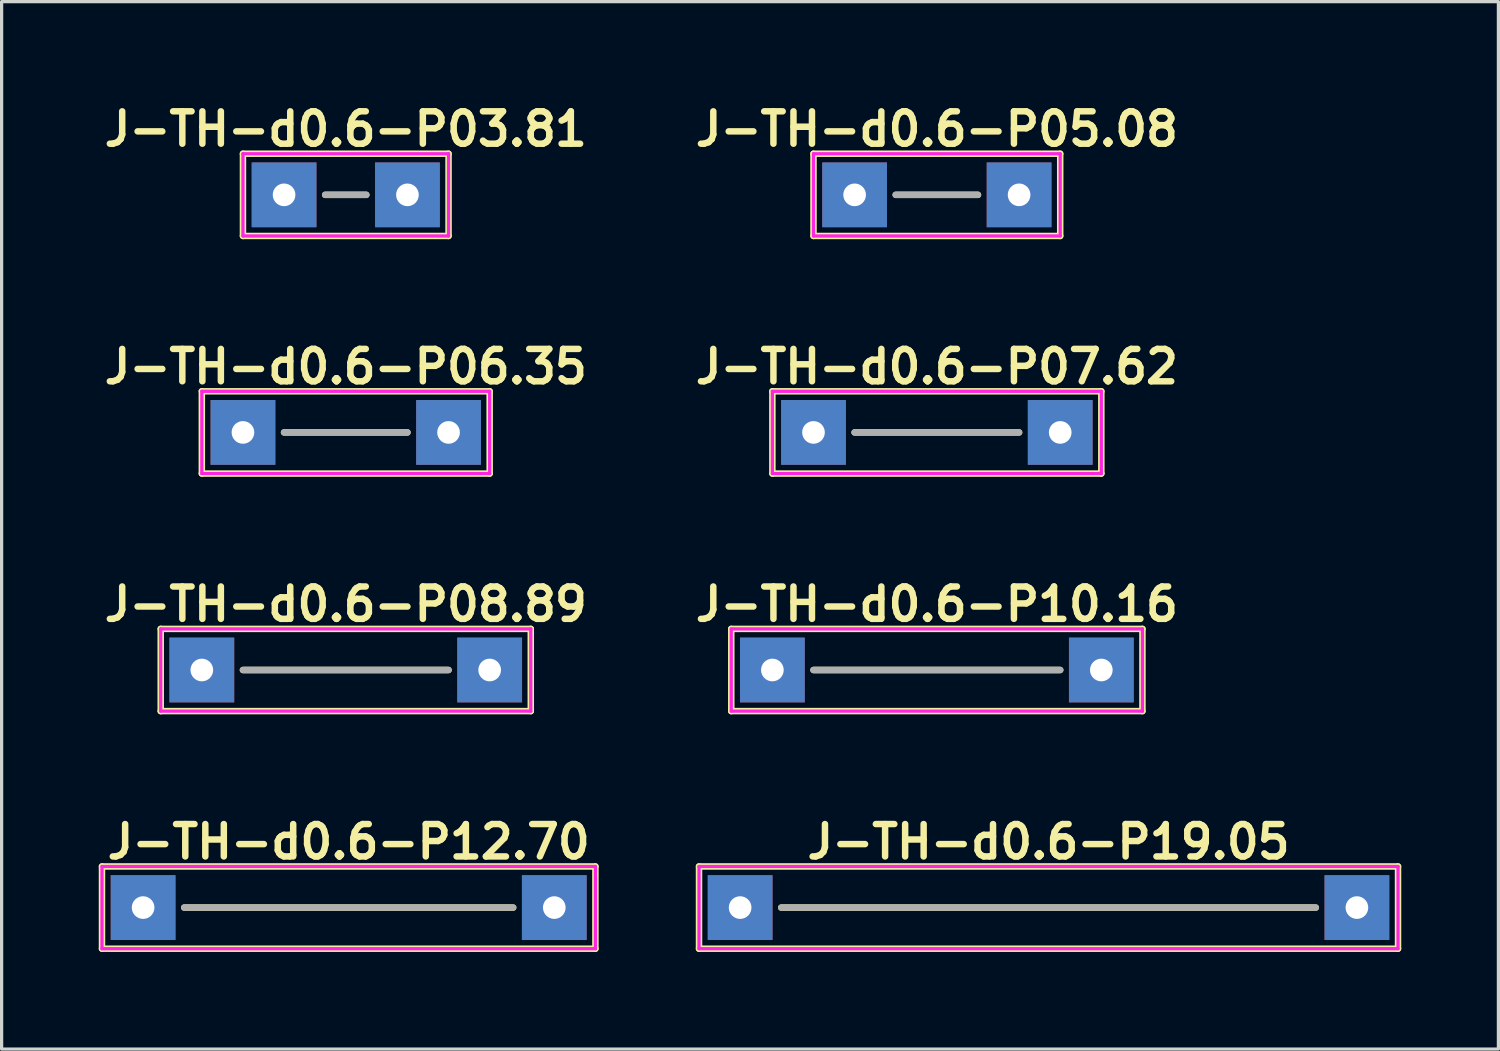
<source format=kicad_pcb>
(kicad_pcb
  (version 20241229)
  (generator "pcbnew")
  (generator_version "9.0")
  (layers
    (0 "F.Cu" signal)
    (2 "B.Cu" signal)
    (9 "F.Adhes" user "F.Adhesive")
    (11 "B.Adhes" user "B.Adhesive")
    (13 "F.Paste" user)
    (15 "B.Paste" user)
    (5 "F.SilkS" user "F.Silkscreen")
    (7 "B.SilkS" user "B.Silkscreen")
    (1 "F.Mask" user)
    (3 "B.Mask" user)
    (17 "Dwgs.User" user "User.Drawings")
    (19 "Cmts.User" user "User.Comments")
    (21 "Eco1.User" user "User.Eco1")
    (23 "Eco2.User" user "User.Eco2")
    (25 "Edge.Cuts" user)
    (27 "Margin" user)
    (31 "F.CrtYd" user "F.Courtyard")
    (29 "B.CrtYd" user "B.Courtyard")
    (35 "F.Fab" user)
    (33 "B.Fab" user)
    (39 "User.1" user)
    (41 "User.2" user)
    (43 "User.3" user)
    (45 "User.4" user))
  (footprint "J-TH-d0.6-P19.05"
    (layer "F.Cu")
    (at 29.335 24.982)
    (property "Reference" "J-TH-d0.6-P19.05" (at 0 -2.032 0) (layer "F.SilkS") (effects (font (size 1 1) (thickness 0.2))))
    (attr through_hole)
    (fp_line (start -10.795 -1.27) (end -10.795 1.27) (stroke (width 0.2) (type solid)) (layer "F.SilkS"))
    (fp_line (start -10.795 -1.27) (end 10.795 -1.27) (stroke (width 0.2) (type solid)) (layer "F.SilkS"))
    (fp_line (start -10.795 1.27) (end 10.795 1.27) (stroke (width 0.2) (type solid)) (layer "F.SilkS"))
    (fp_line (start -8.255 0) (end 8.255 0) (stroke (width 0.2) (type solid)) (layer "F.SilkS"))
    (fp_line (start 10.795 -1.27) (end 10.795 1.27) (stroke (width 0.2) (type solid)) (layer "F.SilkS"))
    (fp_line (start -10.795 -1.27) (end 10.795 -1.27) (stroke (width 0.1) (type solid)) (layer "F.CrtYd"))
    (fp_line (start -10.795 1.27) (end -10.795 -1.27) (stroke (width 0.1) (type solid)) (layer "F.CrtYd"))
    (fp_line (start 10.795 -1.27) (end 10.795 1.27) (stroke (width 0.1) (type solid)) (layer "F.CrtYd"))
    (fp_line (start 10.795 1.27) (end -10.795 1.27) (stroke (width 0.1) (type solid)) (layer "F.CrtYd"))
    (fp_line (start -8.255 0) (end 8.255 0) (stroke (width 0.2) (type solid)) (layer "F.Fab"))
    (pad "J" thru_hole rect (at -9.525 0) (size 2 2) (drill 0.7) (layers "*.Cu" "*.Mask"))
    (pad "J" thru_hole rect (at 9.525 0) (size 2 2) (drill 0.7) (layers "*.Cu" "*.Mask")))
  (footprint "J-TH-d0.6-P07.62"
    (layer "F.Cu")
    (at 25.886 10.306)
    (property "Reference" "J-TH-d0.6-P07.62" (at 0 -2.032 0) (layer "F.SilkS") (effects (font (size 1 1) (thickness 0.2))))
    (attr through_hole)
    (fp_line (start -5.08 -1.27) (end -5.08 1.27) (stroke (width 0.2) (type solid)) (layer "F.SilkS"))
    (fp_line (start -5.08 -1.27) (end 5.08 -1.27) (stroke (width 0.2) (type solid)) (layer "F.SilkS"))
    (fp_line (start -5.08 1.27) (end 5.08 1.27) (stroke (width 0.2) (type solid)) (layer "F.SilkS"))
    (fp_line (start -2.54 0) (end 2.54 0) (stroke (width 0.2) (type solid)) (layer "F.SilkS"))
    (fp_line (start 5.08 -1.27) (end 5.08 1.27) (stroke (width 0.2) (type solid)) (layer "F.SilkS"))
    (fp_line (start -5.08 -1.27) (end 5.08 -1.27) (stroke (width 0.1) (type solid)) (layer "F.CrtYd"))
    (fp_line (start -5.08 1.27) (end -5.08 -1.27) (stroke (width 0.1) (type solid)) (layer "F.CrtYd"))
    (fp_line (start 5.08 -1.27) (end 5.08 1.27) (stroke (width 0.1) (type solid)) (layer "F.CrtYd"))
    (fp_line (start 5.08 1.27) (end -5.08 1.27) (stroke (width 0.1) (type solid)) (layer "F.CrtYd"))
    (fp_line (start -2.54 0) (end 2.54 0) (stroke (width 0.2) (type solid)) (layer "F.Fab"))
    (pad "J" thru_hole rect (at -3.81 0) (size 2 2) (drill 0.7) (layers "*.Cu" "*.Mask"))
    (pad "J" thru_hole rect (at 3.81 0) (size 2 2) (drill 0.7) (layers "*.Cu" "*.Mask")))
  (footprint "J-TH-d0.6-P08.89"
    (layer "F.Cu")
    (at 7.629 17.644)
    (property "Reference" "J-TH-d0.6-P08.89" (at 0 -2.032 0) (layer "F.SilkS") (effects (font (size 1 1) (thickness 0.2))))
    (attr through_hole)
    (fp_line (start -5.715 -1.27) (end -5.715 1.27) (stroke (width 0.2) (type solid)) (layer "F.SilkS"))
    (fp_line (start -5.715 -1.27) (end 5.715 -1.27) (stroke (width 0.2) (type solid)) (layer "F.SilkS"))
    (fp_line (start -5.715 1.27) (end 5.715 1.27) (stroke (width 0.2) (type solid)) (layer "F.SilkS"))
    (fp_line (start -3.175 0) (end 3.175 0) (stroke (width 0.2) (type solid)) (layer "F.SilkS"))
    (fp_line (start 5.715 -1.27) (end 5.715 1.27) (stroke (width 0.2) (type solid)) (layer "F.SilkS"))
    (fp_line (start -5.715 -1.27) (end 5.715 -1.27) (stroke (width 0.1) (type solid)) (layer "F.CrtYd"))
    (fp_line (start -5.715 1.27) (end -5.715 -1.27) (stroke (width 0.1) (type solid)) (layer "F.CrtYd"))
    (fp_line (start 5.715 -1.27) (end 5.715 1.27) (stroke (width 0.1) (type solid)) (layer "F.CrtYd"))
    (fp_line (start 5.715 1.27) (end -5.715 1.27) (stroke (width 0.1) (type solid)) (layer "F.CrtYd"))
    (fp_line (start -3.175 0) (end 3.175 0) (stroke (width 0.2) (type solid)) (layer "F.Fab"))
    (pad "J" thru_hole rect (at -4.445 0) (size 2 2) (drill 0.7) (layers "*.Cu" "*.Mask"))
    (pad "J" thru_hole rect (at 4.445 0) (size 2 2) (drill 0.7) (layers "*.Cu" "*.Mask")))
  (footprint "J-TH-d0.6-P10.16"
    (layer "F.Cu")
    (at 25.886 17.644)
    (property "Reference" "J-TH-d0.6-P10.16" (at 0 -2.032 0) (layer "F.SilkS") (effects (font (size 1 1) (thickness 0.2))))
    (attr through_hole)
    (fp_line (start -6.35 -1.27) (end -6.35 1.27) (stroke (width 0.2) (type solid)) (layer "F.SilkS"))
    (fp_line (start -6.35 -1.27) (end 6.35 -1.27) (stroke (width 0.2) (type solid)) (layer "F.SilkS"))
    (fp_line (start -6.35 1.27) (end 6.35 1.27) (stroke (width 0.2) (type solid)) (layer "F.SilkS"))
    (fp_line (start -3.81 0) (end 3.81 0) (stroke (width 0.2) (type solid)) (layer "F.SilkS"))
    (fp_line (start 6.35 -1.27) (end 6.35 1.27) (stroke (width 0.2) (type solid)) (layer "F.SilkS"))
    (fp_line (start -6.35 -1.27) (end 6.35 -1.27) (stroke (width 0.1) (type solid)) (layer "F.CrtYd"))
    (fp_line (start -6.35 1.27) (end -6.35 -1.27) (stroke (width 0.1) (type solid)) (layer "F.CrtYd"))
    (fp_line (start 6.35 -1.27) (end 6.35 1.27) (stroke (width 0.1) (type solid)) (layer "F.CrtYd"))
    (fp_line (start 6.35 1.27) (end -6.35 1.27) (stroke (width 0.1) (type solid)) (layer "F.CrtYd"))
    (fp_line (start -3.81 0) (end 3.81 0) (stroke (width 0.2) (type solid)) (layer "F.Fab"))
    (pad "J" thru_hole rect (at -5.08 0) (size 2 2) (drill 0.7) (layers "*.Cu" "*.Mask"))
    (pad "J" thru_hole rect (at 5.08 0) (size 2 2) (drill 0.7) (layers "*.Cu" "*.Mask")))
  (footprint "J-TH-d0.6-P05.08"
    (layer "F.Cu")
    (at 25.886 2.968)
    (property "Reference" "J-TH-d0.6-P05.08" (at 0 -2.032 0) (layer "F.SilkS") (effects (font (size 1 1) (thickness 0.2))))
    (attr through_hole)
    (fp_line (start -3.81 -1.27) (end -3.81 1.27) (stroke (width 0.2) (type solid)) (layer "F.SilkS"))
    (fp_line (start -3.81 -1.27) (end 3.81 -1.27) (stroke (width 0.2) (type solid)) (layer "F.SilkS"))
    (fp_line (start -3.81 1.27) (end 3.81 1.27) (stroke (width 0.2) (type solid)) (layer "F.SilkS"))
    (fp_line (start -1.27 0) (end 1.27 0) (stroke (width 0.2) (type solid)) (layer "F.SilkS"))
    (fp_line (start 3.81 -1.27) (end 3.81 1.27) (stroke (width 0.2) (type solid)) (layer "F.SilkS"))
    (fp_line (start -3.81 -1.27) (end 3.81 -1.27) (stroke (width 0.1) (type solid)) (layer "F.CrtYd"))
    (fp_line (start -3.81 1.27) (end -3.81 -1.27) (stroke (width 0.1) (type solid)) (layer "F.CrtYd"))
    (fp_line (start 3.81 -1.27) (end 3.81 1.27) (stroke (width 0.1) (type solid)) (layer "F.CrtYd"))
    (fp_line (start 3.81 1.27) (end -3.81 1.27) (stroke (width 0.1) (type solid)) (layer "F.CrtYd"))
    (fp_line (start -1.27 0) (end 1.27 0) (stroke (width 0.2) (type solid)) (layer "F.Fab"))
    (pad "J" thru_hole rect (at -2.54 0) (size 2 2) (drill 0.7) (layers "*.Cu" "*.Mask"))
    (pad "J" thru_hole rect (at 2.54 0) (size 2 2) (drill 0.7) (layers "*.Cu" "*.Mask")))
  (footprint "J-TH-d0.6-P06.35"
    (layer "F.Cu")
    (at 7.629 10.306)
    (property "Reference" "J-TH-d0.6-P06.35" (at 0 -2.032 0) (layer "F.SilkS") (effects (font (size 1 1) (thickness 0.2))))
    (attr through_hole)
    (fp_line (start -4.445 -1.27) (end -4.445 1.27) (stroke (width 0.2) (type solid)) (layer "F.SilkS"))
    (fp_line (start -4.445 -1.27) (end 4.445 -1.27) (stroke (width 0.2) (type solid)) (layer "F.SilkS"))
    (fp_line (start -4.445 1.27) (end 4.445 1.27) (stroke (width 0.2) (type solid)) (layer "F.SilkS"))
    (fp_line (start -1.905 0) (end 1.905 0) (stroke (width 0.2) (type solid)) (layer "F.SilkS"))
    (fp_line (start 4.445 -1.27) (end 4.445 1.27) (stroke (width 0.2) (type solid)) (layer "F.SilkS"))
    (fp_line (start -4.445 -1.27) (end 4.445 -1.27) (stroke (width 0.1) (type solid)) (layer "F.CrtYd"))
    (fp_line (start -4.445 1.27) (end -4.445 -1.27) (stroke (width 0.1) (type solid)) (layer "F.CrtYd"))
    (fp_line (start 4.445 -1.27) (end 4.445 1.27) (stroke (width 0.1) (type solid)) (layer "F.CrtYd"))
    (fp_line (start 4.445 1.27) (end -4.445 1.27) (stroke (width 0.1) (type solid)) (layer "F.CrtYd"))
    (fp_line (start -1.905 0) (end 1.905 0) (stroke (width 0.2) (type solid)) (layer "F.Fab"))
    (pad "J" thru_hole rect (at -3.175 0) (size 2 2) (drill 0.7) (layers "*.Cu" "*.Mask"))
    (pad "J" thru_hole rect (at 3.175 0) (size 2 2) (drill 0.7) (layers "*.Cu" "*.Mask")))
  (footprint "J-TH-d0.6-P12.70"
    (layer "F.Cu")
    (at 7.72 24.982)
    (property "Reference" "J-TH-d0.6-P12.70" (at 0 -2.032 0) (layer "F.SilkS") (effects (font (size 1 1) (thickness 0.2))))
    (attr through_hole)
    (fp_line (start -7.62 -1.27) (end -7.62 1.27) (stroke (width 0.2) (type solid)) (layer "F.SilkS"))
    (fp_line (start -7.62 -1.27) (end 7.62 -1.27) (stroke (width 0.2) (type solid)) (layer "F.SilkS"))
    (fp_line (start -7.62 1.27) (end 7.62 1.27) (stroke (width 0.2) (type solid)) (layer "F.SilkS"))
    (fp_line (start -5.08 0) (end 5.08 0) (stroke (width 0.2) (type solid)) (layer "F.SilkS"))
    (fp_line (start 7.62 -1.27) (end 7.62 1.27) (stroke (width 0.2) (type solid)) (layer "F.SilkS"))
    (fp_line (start -7.62 -1.27) (end 7.62 -1.27) (stroke (width 0.1) (type solid)) (layer "F.CrtYd"))
    (fp_line (start -7.62 1.27) (end -7.62 -1.27) (stroke (width 0.1) (type solid)) (layer "F.CrtYd"))
    (fp_line (start 7.62 -1.27) (end 7.62 1.27) (stroke (width 0.1) (type solid)) (layer "F.CrtYd"))
    (fp_line (start 7.62 1.27) (end -7.62 1.27) (stroke (width 0.1) (type solid)) (layer "F.CrtYd"))
    (fp_line (start -5.08 0) (end 5.08 0) (stroke (width 0.2) (type solid)) (layer "F.Fab"))
    (pad "J" thru_hole rect (at -6.35 0) (size 2 2) (drill 0.7) (layers "*.Cu" "*.Mask"))
    (pad "J" thru_hole rect (at 6.35 0) (size 2 2) (drill 0.7) (layers "*.Cu" "*.Mask")))
  (footprint "J-TH-d0.6-P03.81"
    (layer "F.Cu")
    (at 7.629 2.968)
    (property "Reference" "J-TH-d0.6-P03.81" (at 0 -2.032 0) (layer "F.SilkS") (effects (font (size 1 1) (thickness 0.2))))
    (attr through_hole)
    (fp_line (start -3.175 -1.27) (end -3.175 1.27) (stroke (width 0.2) (type solid)) (layer "F.SilkS"))
    (fp_line (start -3.175 -1.27) (end 3.175 -1.27) (stroke (width 0.2) (type solid)) (layer "F.SilkS"))
    (fp_line (start -3.175 1.27) (end 3.175 1.27) (stroke (width 0.2) (type solid)) (layer "F.SilkS"))
    (fp_line (start -0.635 0) (end 0.635 0) (stroke (width 0.2) (type solid)) (layer "F.SilkS"))
    (fp_line (start 3.175 -1.27) (end 3.175 1.27) (stroke (width 0.2) (type solid)) (layer "F.SilkS"))
    (fp_line (start -3.175 -1.27) (end 3.175 -1.27) (stroke (width 0.1) (type solid)) (layer "F.CrtYd"))
    (fp_line (start -3.175 1.27) (end -3.175 -1.27) (stroke (width 0.1) (type solid)) (layer "F.CrtYd"))
    (fp_line (start 3.175 -1.27) (end 3.175 1.27) (stroke (width 0.1) (type solid)) (layer "F.CrtYd"))
    (fp_line (start 3.175 1.27) (end -3.175 1.27) (stroke (width 0.1) (type solid)) (layer "F.CrtYd"))
    (fp_line (start -0.635 0) (end 0.635 0) (stroke (width 0.2) (type solid)) (layer "F.Fab"))
    (pad "J" thru_hole rect (at -1.905 0) (size 2 2) (drill 0.7) (layers "*.Cu" "*.Mask"))
    (pad "J" thru_hole rect (at 1.905 0) (size 2 2) (drill 0.7) (layers "*.Cu" "*.Mask")))
  (gr_rect
    (start -3 -3)
    (end 43.23 29.352)
    (stroke (width 0.1) (type default))
    (fill no)
    (layer "Edge.Cuts")))
</source>
